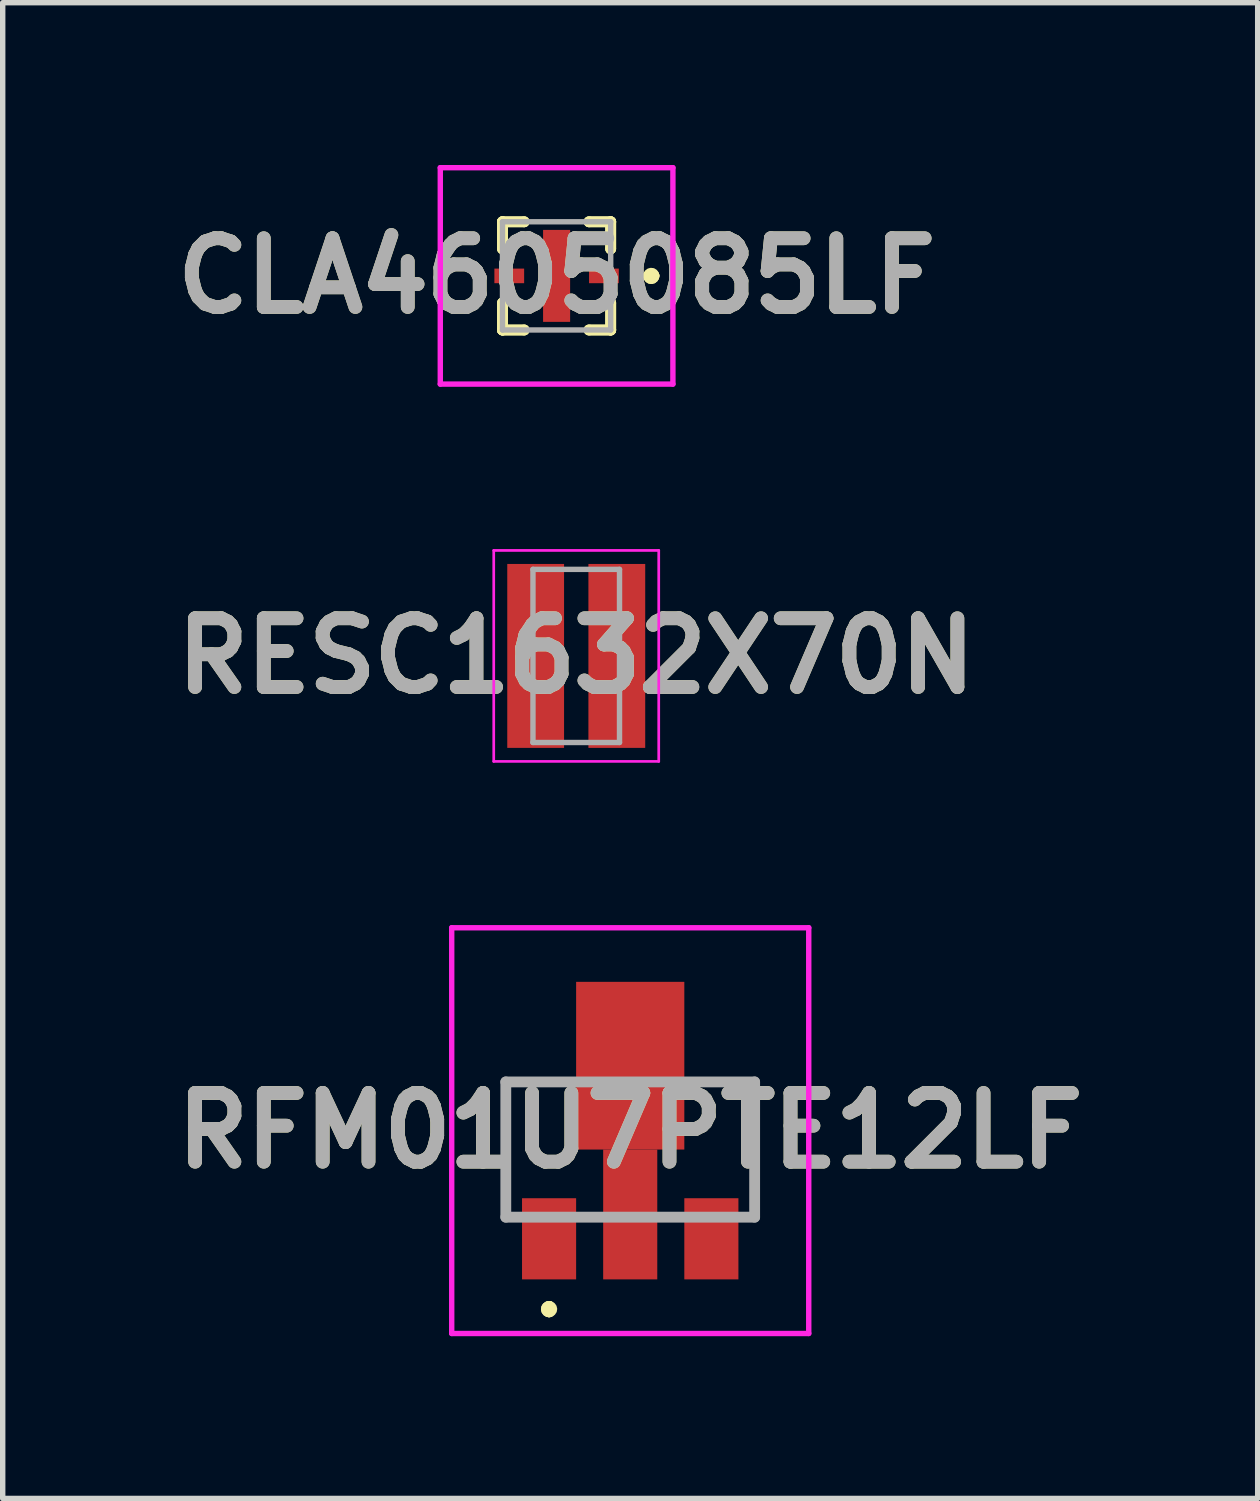
<source format=kicad_pcb>
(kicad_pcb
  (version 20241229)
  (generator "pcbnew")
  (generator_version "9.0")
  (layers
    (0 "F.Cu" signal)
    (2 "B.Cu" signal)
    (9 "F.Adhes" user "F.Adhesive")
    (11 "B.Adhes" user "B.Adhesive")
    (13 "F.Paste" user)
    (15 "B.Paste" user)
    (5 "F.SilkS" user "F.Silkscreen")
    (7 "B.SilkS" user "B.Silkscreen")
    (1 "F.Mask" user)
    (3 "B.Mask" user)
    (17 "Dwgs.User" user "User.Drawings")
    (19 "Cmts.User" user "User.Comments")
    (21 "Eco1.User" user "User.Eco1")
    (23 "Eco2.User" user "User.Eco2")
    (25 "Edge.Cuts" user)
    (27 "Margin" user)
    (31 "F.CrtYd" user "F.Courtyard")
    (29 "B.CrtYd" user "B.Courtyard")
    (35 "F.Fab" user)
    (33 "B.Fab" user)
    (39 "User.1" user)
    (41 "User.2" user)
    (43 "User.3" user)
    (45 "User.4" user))
  (footprint "RESC1632X70N"
    (layer "F.Cu")
    (at 7.602 9.075)
    (property "Reference" "RESC1632X70N" (at 0 0 0) (layer "F.SilkS") (effects (font (size 1.27 1.27) (thickness 0.254))))
    (attr smd)
    (fp_line (start -1.525 -1.95) (end 1.525 -1.95) (stroke (width 0.05) (type solid)) (layer "F.CrtYd"))
    (fp_line (start -1.525 1.95) (end -1.525 -1.95) (stroke (width 0.05) (type solid)) (layer "F.CrtYd"))
    (fp_line (start 1.525 -1.95) (end 1.525 1.95) (stroke (width 0.05) (type solid)) (layer "F.CrtYd"))
    (fp_line (start 1.525 1.95) (end -1.525 1.95) (stroke (width 0.05) (type solid)) (layer "F.CrtYd"))
    (fp_line (start -0.8 -1.6) (end 0.8 -1.6) (stroke (width 0.1) (type solid)) (layer "F.Fab"))
    (fp_line (start -0.8 1.6) (end -0.8 -1.6) (stroke (width 0.1) (type solid)) (layer "F.Fab"))
    (fp_line (start 0.8 -1.6) (end 0.8 1.6) (stroke (width 0.1) (type solid)) (layer "F.Fab"))
    (fp_line (start 0.8 1.6) (end -0.8 1.6) (stroke (width 0.1) (type solid)) (layer "F.Fab"))
    (fp_text user "${REFERENCE}" (at 0 0 0) (layer "F.Fab") (effects (font (size 1.27 1.27) (thickness 0.254))))
    (pad "1" smd rect (at -0.75 0) (size 1.05 3.4) (layers "F.Cu" "F.Mask" "F.Paste"))
    (pad "2" smd rect (at 0.75 0) (size 1.05 3.4) (layers "F.Cu" "F.Mask" "F.Paste")))
  (footprint "CLA4605085LF"
    (layer "F.Cu")
    (at 7.239 2.05)
    (property "Reference" "CLA4605085LF" (at 0 0 0) (layer "F.SilkS") (effects (font (size 1.27 1.27) (thickness 0.254))))
    (attr smd)
    (fp_line (start -1 -1) (end -1 -1) (stroke (width 0.2) (type solid)) (layer "F.SilkS"))
    (fp_line (start -1 -1) (end -1 -1) (stroke (width 0.2) (type solid)) (layer "F.SilkS"))
    (fp_line (start -1 -1) (end -1 -0.5) (stroke (width 0.2) (type solid)) (layer "F.SilkS"))
    (fp_line (start -1 -1) (end -0.6 -1) (stroke (width 0.2) (type solid)) (layer "F.SilkS"))
    (fp_line (start -1 -0.5) (end -1 -1) (stroke (width 0.2) (type solid)) (layer "F.SilkS"))
    (fp_line (start -1 -0.5) (end -1 -0.5) (stroke (width 0.2) (type solid)) (layer "F.SilkS"))
    (fp_line (start -1 0.5) (end -1 0.5) (stroke (width 0.2) (type solid)) (layer "F.SilkS"))
    (fp_line (start -1 0.5) (end -1 1) (stroke (width 0.2) (type solid)) (layer "F.SilkS"))
    (fp_line (start -1 1) (end -1 0.5) (stroke (width 0.2) (type solid)) (layer "F.SilkS"))
    (fp_line (start -1 1) (end -1 1) (stroke (width 0.2) (type solid)) (layer "F.SilkS"))
    (fp_line (start -1 1) (end -1 1) (stroke (width 0.2) (type solid)) (layer "F.SilkS"))
    (fp_line (start -1 1) (end -0.6 1) (stroke (width 0.2) (type solid)) (layer "F.SilkS"))
    (fp_line (start -0.6 -1) (end -1 -1) (stroke (width 0.2) (type solid)) (layer "F.SilkS"))
    (fp_line (start -0.6 -1) (end -0.6 -1) (stroke (width 0.2) (type solid)) (layer "F.SilkS"))
    (fp_line (start -0.6 1) (end -1 1) (stroke (width 0.2) (type solid)) (layer "F.SilkS"))
    (fp_line (start -0.6 1) (end -0.6 1) (stroke (width 0.2) (type solid)) (layer "F.SilkS"))
    (fp_line (start 0.6 -1) (end 0.6 -1) (stroke (width 0.2) (type solid)) (layer "F.SilkS"))
    (fp_line (start 0.6 -1) (end 1 -1) (stroke (width 0.2) (type solid)) (layer "F.SilkS"))
    (fp_line (start 0.6 1) (end 0.6 1) (stroke (width 0.2) (type solid)) (layer "F.SilkS"))
    (fp_line (start 0.6 1) (end 1 1) (stroke (width 0.2) (type solid)) (layer "F.SilkS"))
    (fp_line (start 1 -1) (end 0.6 -1) (stroke (width 0.2) (type solid)) (layer "F.SilkS"))
    (fp_line (start 1 -1) (end 1 -1) (stroke (width 0.2) (type solid)) (layer "F.SilkS"))
    (fp_line (start 1 -1) (end 1 -1) (stroke (width 0.2) (type solid)) (layer "F.SilkS"))
    (fp_line (start 1 -1) (end 1 -0.5) (stroke (width 0.2) (type solid)) (layer "F.SilkS"))
    (fp_line (start 1 -0.5) (end 1 -1) (stroke (width 0.2) (type solid)) (layer "F.SilkS"))
    (fp_line (start 1 -0.5) (end 1 -0.5) (stroke (width 0.2) (type solid)) (layer "F.SilkS"))
    (fp_line (start 1 0.5) (end 1 0.5) (stroke (width 0.2) (type solid)) (layer "F.SilkS"))
    (fp_line (start 1 0.5) (end 1 1) (stroke (width 0.2) (type solid)) (layer "F.SilkS"))
    (fp_line (start 1 1) (end 0.6 1) (stroke (width 0.2) (type solid)) (layer "F.SilkS"))
    (fp_line (start 1 1) (end 1 0.5) (stroke (width 0.2) (type solid)) (layer "F.SilkS"))
    (fp_line (start 1 1) (end 1 1) (stroke (width 0.2) (type solid)) (layer "F.SilkS"))
    (fp_line (start 1 1) (end 1 1) (stroke (width 0.2) (type solid)) (layer "F.SilkS"))
    (fp_line (start 1.7 0) (end 1.7 0) (stroke (width 0.2) (type solid)) (layer "F.SilkS"))
    (fp_line (start 1.7 0) (end 1.7 0) (stroke (width 0.2) (type solid)) (layer "F.SilkS"))
    (fp_line (start 1.8 0) (end 1.8 0) (stroke (width 0.2) (type solid)) (layer "F.SilkS"))
    (fp_arc (start 1.7 0) (mid 1.75 -0.05) (end 1.8 0) (stroke (width 0.2) (type solid)) (layer "F.SilkS"))
    (fp_arc (start 1.8 0) (mid 1.75 0.05) (end 1.7 0) (stroke (width 0.2) (type solid)) (layer "F.SilkS"))
    (fp_arc (start 1.8 0) (mid 1.75 0.05) (end 1.7 0) (stroke (width 0.2) (type solid)) (layer "F.SilkS"))
    (fp_line (start -2.15 -2) (end 2.15 -2) (stroke (width 0.1) (type solid)) (layer "F.CrtYd"))
    (fp_line (start -2.15 2) (end -2.15 -2) (stroke (width 0.1) (type solid)) (layer "F.CrtYd"))
    (fp_line (start 2.15 -2) (end 2.15 2) (stroke (width 0.1) (type solid)) (layer "F.CrtYd"))
    (fp_line (start 2.15 2) (end -2.15 2) (stroke (width 0.1) (type solid)) (layer "F.CrtYd"))
    (fp_line (start -1 -1) (end -1 1) (stroke (width 0.1) (type solid)) (layer "F.Fab"))
    (fp_line (start -1 1) (end 1 1) (stroke (width 0.1) (type solid)) (layer "F.Fab"))
    (fp_line (start 1 -1) (end -1 -1) (stroke (width 0.1) (type solid)) (layer "F.Fab"))
    (fp_line (start 1 1) (end 1 -1) (stroke (width 0.1) (type solid)) (layer "F.Fab"))
    (fp_text user "${REFERENCE}" (at 0 0 0) (layer "F.Fab") (effects (font (size 1.27 1.27) (thickness 0.254))))
    (pad "1" smd rect (at 0.875 0 90) (size 0.27 0.55) (layers "F.Cu" "F.Mask" "F.Paste"))
    (pad "2" smd rect (at 0 0) (size 0.5 1.7) (layers "F.Cu" "F.Mask" "F.Paste"))
    (pad "3" smd rect (at -0.875 0 90) (size 0.27 0.55) (layers "F.Cu" "F.Mask" "F.Paste")))
  (footprint "RFM01U7PTE12LF"
    (layer "F.Cu")
    (at 8.6 18.2)
    (property "Reference" "RFM01U7PTE12LF" (at 0 -0.35 0) (layer "F.SilkS") (effects (font (size 1.27 1.27) (thickness 0.254))))
    (attr smd)
    (fp_line (start -2.3 -1.25) (end -2.3 -1.25) (stroke (width 0.1) (type solid)) (layer "F.SilkS"))
    (fp_line (start -2.3 -1.25) (end -2.3 -1.25) (stroke (width 0.1) (type solid)) (layer "F.SilkS"))
    (fp_line (start -2.3 -1.25) (end -2.3 0.25) (stroke (width 0.1) (type solid)) (layer "F.SilkS"))
    (fp_line (start -2.3 -1.25) (end -1.75 -1.25) (stroke (width 0.1) (type solid)) (layer "F.SilkS"))
    (fp_line (start -2.3 0.25) (end -2.3 -1.25) (stroke (width 0.1) (type solid)) (layer "F.SilkS"))
    (fp_line (start -2.3 0.25) (end -2.3 0.25) (stroke (width 0.1) (type solid)) (layer "F.SilkS"))
    (fp_line (start -1.75 -1.25) (end -2.3 -1.25) (stroke (width 0.1) (type solid)) (layer "F.SilkS"))
    (fp_line (start -1.75 -1.25) (end -1.75 -1.25) (stroke (width 0.1) (type solid)) (layer "F.SilkS"))
    (fp_line (start -1.5 2.9) (end -1.5 2.9) (stroke (width 0.2) (type solid)) (layer "F.SilkS"))
    (fp_line (start -1.5 2.9) (end -1.5 2.9) (stroke (width 0.2) (type solid)) (layer "F.SilkS"))
    (fp_line (start -1.5 3) (end -1.5 3) (stroke (width 0.2) (type solid)) (layer "F.SilkS"))
    (fp_line (start 1.5 -1.25) (end 1.5 -1.25) (stroke (width 0.1) (type solid)) (layer "F.SilkS"))
    (fp_line (start 1.5 -1.25) (end 2.3 -1.25) (stroke (width 0.1) (type solid)) (layer "F.SilkS"))
    (fp_line (start 2.3 -1.25) (end 1.5 -1.25) (stroke (width 0.1) (type solid)) (layer "F.SilkS"))
    (fp_line (start 2.3 -1.25) (end 2.3 -1.25) (stroke (width 0.1) (type solid)) (layer "F.SilkS"))
    (fp_line (start 2.3 -1.25) (end 2.3 -1.25) (stroke (width 0.1) (type solid)) (layer "F.SilkS"))
    (fp_line (start 2.3 -1.25) (end 2.3 0.25) (stroke (width 0.1) (type solid)) (layer "F.SilkS"))
    (fp_line (start 2.3 0.25) (end 2.3 -1.25) (stroke (width 0.1) (type solid)) (layer "F.SilkS"))
    (fp_line (start 2.3 0.25) (end 2.3 0.25) (stroke (width 0.1) (type solid)) (layer "F.SilkS"))
    (fp_arc (start -1.5 2.9) (mid -1.45 2.95) (end -1.5 3) (stroke (width 0.2) (type solid)) (layer "F.SilkS"))
    (fp_arc (start -1.5 3) (mid -1.55 2.95) (end -1.5 2.9) (stroke (width 0.2) (type solid)) (layer "F.SilkS"))
    (fp_arc (start -1.5 3) (mid -1.55 2.95) (end -1.5 2.9) (stroke (width 0.2) (type solid)) (layer "F.SilkS"))
    (fp_line (start -3.3 -4.1) (end 3.3 -4.1) (stroke (width 0.1) (type solid)) (layer "F.CrtYd"))
    (fp_line (start -3.3 3.4) (end -3.3 -4.1) (stroke (width 0.1) (type solid)) (layer "F.CrtYd"))
    (fp_line (start 3.3 -4.1) (end 3.3 3.4) (stroke (width 0.1) (type solid)) (layer "F.CrtYd"))
    (fp_line (start 3.3 3.4) (end -3.3 3.4) (stroke (width 0.1) (type solid)) (layer "F.CrtYd"))
    (fp_line (start -2.3 -1.25) (end -2.3 1.25) (stroke (width 0.2) (type solid)) (layer "F.Fab"))
    (fp_line (start -2.3 1.25) (end 2.3 1.25) (stroke (width 0.2) (type solid)) (layer "F.Fab"))
    (fp_line (start 2.3 -1.25) (end -2.3 -1.25) (stroke (width 0.2) (type solid)) (layer "F.Fab"))
    (fp_line (start 2.3 1.25) (end 2.3 -1.25) (stroke (width 0.2) (type solid)) (layer "F.Fab"))
    (fp_text user "${REFERENCE}" (at 0 -0.35 0) (layer "F.Fab") (effects (font (size 1.27 1.27) (thickness 0.254))))
    (pad "1" smd rect (at -1.5 1.65) (size 1 1.5) (layers "F.Cu" "F.Mask" "F.Paste"))
    (pad "2" smd rect (at 0 1.2) (size 1 2.4) (layers "F.Cu" "F.Mask" "F.Paste"))
    (pad "3" smd rect (at 1.5 1.65) (size 1 1.5) (layers "F.Cu" "F.Mask" "F.Paste"))
    (pad "4" smd rect (at 0 -1.55) (size 2 3.1) (layers "F.Cu" "F.Mask" "F.Paste")))
  (gr_rect
    (start -3 -3)
    (end 20.199 24.65)
    (stroke (width 0.1) (type default))
    (fill no)
    (layer "Edge.Cuts")))
</source>
